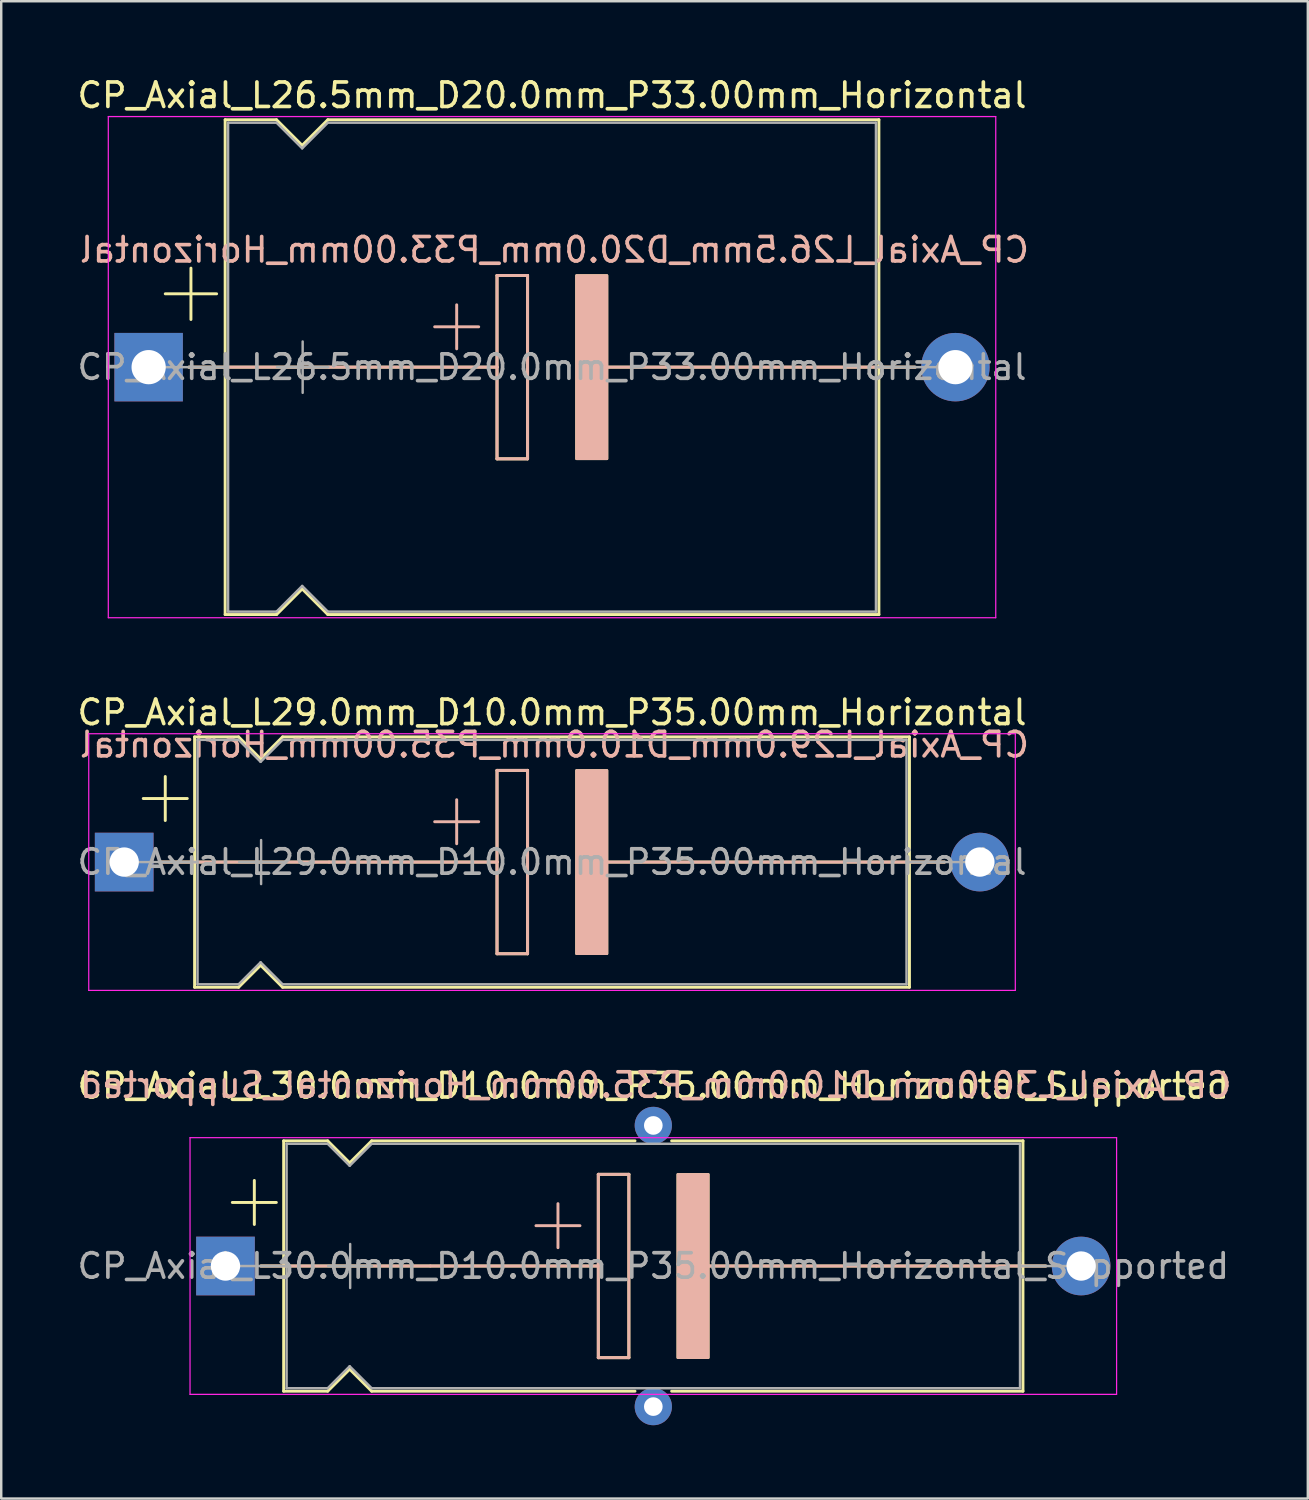
<source format=kicad_pcb>
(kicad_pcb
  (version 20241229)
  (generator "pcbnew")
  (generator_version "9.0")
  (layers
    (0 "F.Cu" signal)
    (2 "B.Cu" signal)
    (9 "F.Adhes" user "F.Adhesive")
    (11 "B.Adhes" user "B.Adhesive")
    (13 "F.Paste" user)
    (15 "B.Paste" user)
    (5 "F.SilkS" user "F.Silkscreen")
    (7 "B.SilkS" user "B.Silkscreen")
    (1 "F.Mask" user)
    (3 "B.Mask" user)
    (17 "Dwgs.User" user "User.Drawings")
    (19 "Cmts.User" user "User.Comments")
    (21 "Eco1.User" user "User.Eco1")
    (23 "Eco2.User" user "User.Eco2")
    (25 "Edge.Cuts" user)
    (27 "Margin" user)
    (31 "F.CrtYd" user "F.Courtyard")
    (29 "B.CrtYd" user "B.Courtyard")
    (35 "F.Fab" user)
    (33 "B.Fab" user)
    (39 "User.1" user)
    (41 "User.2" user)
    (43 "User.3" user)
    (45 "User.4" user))
  (footprint "CP_Axial_L29.0mm_D10.0mm_P35.00mm_Horizontal"
    (layer "F.Cu")
    (at 2.03 32.212)
    (property "Reference" "CP_Axial_L29.0mm_D10.0mm_P35.00mm_Horizontal" (at 17.5 -6.12 0) (layer "F.SilkS") (effects (font (size 1 1) (thickness 0.15))))
    (fp_line (start 0.78 -2.6) (end 2.58 -2.6) (stroke (width 0.12) (type solid)) (layer "F.SilkS"))
    (fp_line (start 1.44 0) (end 2.88 0) (stroke (width 0.12) (type solid)) (layer "F.SilkS"))
    (fp_line (start 1.68 -3.5) (end 1.68 -1.7) (stroke (width 0.12) (type solid)) (layer "F.SilkS"))
    (fp_line (start 2.88 -5.12) (end 2.88 5.12) (stroke (width 0.12) (type solid)) (layer "F.SilkS"))
    (fp_line (start 2.88 -5.12) (end 4.68 -5.12) (stroke (width 0.12) (type solid)) (layer "F.SilkS"))
    (fp_line (start 2.88 0) (end 15.25 0) (stroke (width 0.12) (type solid)) (layer "F.SilkS"))
    (fp_line (start 2.88 5.12) (end 4.68 5.12) (stroke (width 0.12) (type solid)) (layer "F.SilkS"))
    (fp_line (start 4.68 -5.12) (end 5.58 -4.22) (stroke (width 0.12) (type solid)) (layer "F.SilkS"))
    (fp_line (start 4.68 5.12) (end 5.58 4.22) (stroke (width 0.12) (type solid)) (layer "F.SilkS"))
    (fp_line (start 5.58 -4.22) (end 6.48 -5.12) (stroke (width 0.12) (type solid)) (layer "F.SilkS"))
    (fp_line (start 5.58 4.22) (end 6.48 5.12) (stroke (width 0.12) (type solid)) (layer "F.SilkS"))
    (fp_line (start 6.48 -5.12) (end 32.12 -5.12) (stroke (width 0.12) (type solid)) (layer "F.SilkS"))
    (fp_line (start 6.48 5.12) (end 32.12 5.12) (stroke (width 0.12) (type solid)) (layer "F.SilkS"))
    (fp_line (start 15.25 -3.75) (end 16.5 -3.75) (stroke (width 0.12) (type solid)) (layer "F.SilkS"))
    (fp_line (start 15.25 0) (end 15.25 -3.75) (stroke (width 0.12) (type solid)) (layer "F.SilkS"))
    (fp_line (start 15.25 3.75) (end 15.25 0) (stroke (width 0.12) (type solid)) (layer "F.SilkS"))
    (fp_line (start 16.5 -3.75) (end 16.5 3.75) (stroke (width 0.12) (type solid)) (layer "F.SilkS"))
    (fp_line (start 16.5 3.75) (end 15.25 3.75) (stroke (width 0.12) (type solid)) (layer "F.SilkS"))
    (fp_line (start 19.75 0) (end 32.12 0) (stroke (width 0.12) (type solid)) (layer "F.SilkS"))
    (fp_line (start 32.12 -5.12) (end 32.12 5.12) (stroke (width 0.12) (type solid)) (layer "F.SilkS"))
    (fp_line (start 33.56 0) (end 32.12 0) (stroke (width 0.12) (type solid)) (layer "F.SilkS"))
    (fp_poly (pts (xy 19.75 3.75) (xy 18.5 3.75) (xy 18.5 -3.75) (xy 19.75 -3.75)) (stroke (width 0.1) (type solid)) (fill yes) (layer "F.SilkS"))
    (fp_line (start 1.45 0) (end 8.38 0) (stroke (width 0.12) (type solid)) (layer "B.SilkS"))
    (fp_line (start 8.38 0) (end 15.25 0) (stroke (width 0.12) (type solid)) (layer "B.SilkS"))
    (fp_line (start 13.6 -2.55) (end 13.6 -0.75) (stroke (width 0.12) (type solid)) (layer "B.SilkS"))
    (fp_line (start 14.5 -1.65) (end 12.7 -1.65) (stroke (width 0.12) (type solid)) (layer "B.SilkS"))
    (fp_line (start 15.25 -3.75) (end 16.5 -3.75) (stroke (width 0.12) (type solid)) (layer "B.SilkS"))
    (fp_line (start 15.25 0) (end 15.25 -3.75) (stroke (width 0.12) (type solid)) (layer "B.SilkS"))
    (fp_line (start 15.25 3.75) (end 15.25 0) (stroke (width 0.12) (type solid)) (layer "B.SilkS"))
    (fp_line (start 16.5 -3.75) (end 16.5 3.75) (stroke (width 0.12) (type solid)) (layer "B.SilkS"))
    (fp_line (start 16.5 3.75) (end 15.25 3.75) (stroke (width 0.12) (type solid)) (layer "B.SilkS"))
    (fp_line (start 19.75 0) (end 26.62 0) (stroke (width 0.12) (type solid)) (layer "B.SilkS"))
    (fp_line (start 33.55 0) (end 26.62 0) (stroke (width 0.12) (type solid)) (layer "B.SilkS"))
    (fp_poly (pts (xy 19.75 3.75) (xy 18.5 3.75) (xy 18.5 -3.75) (xy 19.75 -3.75)) (stroke (width 0.1) (type solid)) (fill yes) (layer "B.SilkS"))
    (fp_line (start -1.45 -5.25) (end -1.45 5.25) (stroke (width 0.05) (type solid)) (layer "F.CrtYd"))
    (fp_line (start -1.45 5.25) (end 36.45 5.25) (stroke (width 0.05) (type solid)) (layer "F.CrtYd"))
    (fp_line (start 36.45 -5.25) (end -1.45 -5.25) (stroke (width 0.05) (type solid)) (layer "F.CrtYd"))
    (fp_line (start 36.45 5.25) (end 36.45 -5.25) (stroke (width 0.05) (type solid)) (layer "F.CrtYd"))
    (fp_line (start 0 0) (end 3 0) (stroke (width 0.1) (type solid)) (layer "F.Fab"))
    (fp_line (start 3 -5) (end 3 5) (stroke (width 0.1) (type solid)) (layer "F.Fab"))
    (fp_line (start 3 -5) (end 4.68 -5) (stroke (width 0.1) (type solid)) (layer "F.Fab"))
    (fp_line (start 3 5) (end 4.68 5) (stroke (width 0.1) (type solid)) (layer "F.Fab"))
    (fp_line (start 4.68 -5) (end 5.58 -4.1) (stroke (width 0.1) (type solid)) (layer "F.Fab"))
    (fp_line (start 4.68 5) (end 5.58 4.1) (stroke (width 0.1) (type solid)) (layer "F.Fab"))
    (fp_line (start 4.7 0) (end 6.5 0) (stroke (width 0.1) (type solid)) (layer "F.Fab"))
    (fp_line (start 5.58 -4.1) (end 6.48 -5) (stroke (width 0.1) (type solid)) (layer "F.Fab"))
    (fp_line (start 5.58 4.1) (end 6.48 5) (stroke (width 0.1) (type solid)) (layer "F.Fab"))
    (fp_line (start 5.6 -0.9) (end 5.6 0.9) (stroke (width 0.1) (type solid)) (layer "F.Fab"))
    (fp_line (start 6.48 -5) (end 32 -5) (stroke (width 0.1) (type solid)) (layer "F.Fab"))
    (fp_line (start 6.48 5) (end 32 5) (stroke (width 0.1) (type solid)) (layer "F.Fab"))
    (fp_line (start 32 -5) (end 32 5) (stroke (width 0.1) (type solid)) (layer "F.Fab"))
    (fp_line (start 35 0) (end 32 0) (stroke (width 0.1) (type solid)) (layer "F.Fab"))
    (fp_text user "${REFERENCE}" (at 17.6 -4.8 0) (layer "B.SilkS") (effects (font (size 1 1) (thickness 0.15)) (justify mirror)))
    (fp_text user "${REFERENCE}" (at 17.5 0 0) (layer "F.Fab") (effects (font (size 1 1) (thickness 0.15))))
    (pad "1" thru_hole rect (at 0 0) (size 2.4 2.4) (drill 1.2) (layers "*.Cu" "*.Mask"))
    (pad "2" thru_hole oval (at 35 0) (size 2.4 2.4) (drill 1.2) (layers "*.Cu" "*.Mask")))
  (footprint "CP_Axial_L26.5mm_D20.0mm_P33.00mm_Horizontal"
    (layer "F.Cu")
    (at 3.03 11.968)
    (property "Reference" "CP_Axial_L26.5mm_D20.0mm_P33.00mm_Horizontal" (at 16.5 -11.12 0) (layer "F.SilkS") (effects (font (size 1 1) (thickness 0.15))))
    (fp_line (start 0.68 -3) (end 2.78 -3) (stroke (width 0.12) (type solid)) (layer "F.SilkS"))
    (fp_line (start 1.64 0) (end 3.13 0) (stroke (width 0.12) (type solid)) (layer "F.SilkS"))
    (fp_line (start 1.73 -4.05) (end 1.73 -1.95) (stroke (width 0.12) (type solid)) (layer "F.SilkS"))
    (fp_line (start 3.13 -10.12) (end 3.13 10.12) (stroke (width 0.12) (type solid)) (layer "F.SilkS"))
    (fp_line (start 3.13 -10.12) (end 5.23 -10.12) (stroke (width 0.12) (type solid)) (layer "F.SilkS"))
    (fp_line (start 3.13 0) (end 14.25 0) (stroke (width 0.12) (type solid)) (layer "F.SilkS"))
    (fp_line (start 3.13 10.12) (end 5.23 10.12) (stroke (width 0.12) (type solid)) (layer "F.SilkS"))
    (fp_line (start 5.23 -10.12) (end 6.28 -9.07) (stroke (width 0.12) (type solid)) (layer "F.SilkS"))
    (fp_line (start 5.23 10.12) (end 6.28 9.07) (stroke (width 0.12) (type solid)) (layer "F.SilkS"))
    (fp_line (start 6.28 -9.07) (end 7.33 -10.12) (stroke (width 0.12) (type solid)) (layer "F.SilkS"))
    (fp_line (start 6.28 9.07) (end 7.33 10.12) (stroke (width 0.12) (type solid)) (layer "F.SilkS"))
    (fp_line (start 7.33 -10.12) (end 29.87 -10.12) (stroke (width 0.12) (type solid)) (layer "F.SilkS"))
    (fp_line (start 7.33 10.12) (end 29.87 10.12) (stroke (width 0.12) (type solid)) (layer "F.SilkS"))
    (fp_line (start 14.25 -3.75) (end 15.5 -3.75) (stroke (width 0.12) (type solid)) (layer "F.SilkS"))
    (fp_line (start 14.25 0) (end 14.25 -3.75) (stroke (width 0.12) (type solid)) (layer "F.SilkS"))
    (fp_line (start 14.25 3.75) (end 14.25 0) (stroke (width 0.12) (type solid)) (layer "F.SilkS"))
    (fp_line (start 15.5 -3.75) (end 15.5 3.75) (stroke (width 0.12) (type solid)) (layer "F.SilkS"))
    (fp_line (start 15.5 3.75) (end 14.25 3.75) (stroke (width 0.12) (type solid)) (layer "F.SilkS"))
    (fp_line (start 18.75 0) (end 29.87 0) (stroke (width 0.12) (type solid)) (layer "F.SilkS"))
    (fp_line (start 29.87 -10.12) (end 29.87 10.12) (stroke (width 0.12) (type solid)) (layer "F.SilkS"))
    (fp_line (start 31.36 0) (end 29.87 0) (stroke (width 0.12) (type solid)) (layer "F.SilkS"))
    (fp_poly (pts (xy 18.75 3.75) (xy 17.5 3.75) (xy 17.5 -3.75) (xy 18.75 -3.75)) (stroke (width 0.1) (type solid)) (fill yes) (layer "F.SilkS"))
    (fp_line (start 1.65 0) (end 7.38 0) (stroke (width 0.12) (type solid)) (layer "B.SilkS"))
    (fp_line (start 7.38 0) (end 14.25 0) (stroke (width 0.12) (type solid)) (layer "B.SilkS"))
    (fp_line (start 12.6 -2.55) (end 12.6 -0.75) (stroke (width 0.12) (type solid)) (layer "B.SilkS"))
    (fp_line (start 13.5 -1.65) (end 11.7 -1.65) (stroke (width 0.12) (type solid)) (layer "B.SilkS"))
    (fp_line (start 14.25 -3.75) (end 15.5 -3.75) (stroke (width 0.12) (type solid)) (layer "B.SilkS"))
    (fp_line (start 14.25 0) (end 14.25 -3.75) (stroke (width 0.12) (type solid)) (layer "B.SilkS"))
    (fp_line (start 14.25 3.75) (end 14.25 0) (stroke (width 0.12) (type solid)) (layer "B.SilkS"))
    (fp_line (start 15.5 -3.75) (end 15.5 3.75) (stroke (width 0.12) (type solid)) (layer "B.SilkS"))
    (fp_line (start 15.5 3.75) (end 14.25 3.75) (stroke (width 0.12) (type solid)) (layer "B.SilkS"))
    (fp_line (start 18.75 0) (end 25.62 0) (stroke (width 0.12) (type solid)) (layer "B.SilkS"))
    (fp_line (start 31.35 0) (end 25.62 0) (stroke (width 0.12) (type solid)) (layer "B.SilkS"))
    (fp_poly (pts (xy 18.75 3.75) (xy 17.5 3.75) (xy 17.5 -3.75) (xy 18.75 -3.75)) (stroke (width 0.1) (type solid)) (fill yes) (layer "B.SilkS"))
    (fp_line (start -1.65 -10.25) (end -1.65 10.25) (stroke (width 0.05) (type solid)) (layer "F.CrtYd"))
    (fp_line (start -1.65 10.25) (end 34.65 10.25) (stroke (width 0.05) (type solid)) (layer "F.CrtYd"))
    (fp_line (start 34.65 -10.25) (end -1.65 -10.25) (stroke (width 0.05) (type solid)) (layer "F.CrtYd"))
    (fp_line (start 34.65 10.25) (end 34.65 -10.25) (stroke (width 0.05) (type solid)) (layer "F.CrtYd"))
    (fp_line (start 0 0) (end 3.25 0) (stroke (width 0.1) (type solid)) (layer "F.Fab"))
    (fp_line (start 3.25 -10) (end 3.25 10) (stroke (width 0.1) (type solid)) (layer "F.Fab"))
    (fp_line (start 3.25 -10) (end 5.23 -10) (stroke (width 0.1) (type solid)) (layer "F.Fab"))
    (fp_line (start 3.25 10) (end 5.23 10) (stroke (width 0.1) (type solid)) (layer "F.Fab"))
    (fp_line (start 5.23 -10) (end 6.28 -8.95) (stroke (width 0.1) (type solid)) (layer "F.Fab"))
    (fp_line (start 5.23 10) (end 6.28 8.95) (stroke (width 0.1) (type solid)) (layer "F.Fab"))
    (fp_line (start 5.25 0) (end 7.35 0) (stroke (width 0.1) (type solid)) (layer "F.Fab"))
    (fp_line (start 6.28 -8.95) (end 7.33 -10) (stroke (width 0.1) (type solid)) (layer "F.Fab"))
    (fp_line (start 6.28 8.95) (end 7.33 10) (stroke (width 0.1) (type solid)) (layer "F.Fab"))
    (fp_line (start 6.3 -1.05) (end 6.3 1.05) (stroke (width 0.1) (type solid)) (layer "F.Fab"))
    (fp_line (start 7.33 -10) (end 29.75 -10) (stroke (width 0.1) (type solid)) (layer "F.Fab"))
    (fp_line (start 7.33 10) (end 29.75 10) (stroke (width 0.1) (type solid)) (layer "F.Fab"))
    (fp_line (start 29.75 -10) (end 29.75 10) (stroke (width 0.1) (type solid)) (layer "F.Fab"))
    (fp_line (start 33 0) (end 29.75 0) (stroke (width 0.1) (type solid)) (layer "F.Fab"))
    (fp_text user "${REFERENCE}" (at 16.6 -4.8 0) (layer "B.SilkS") (effects (font (size 1 1) (thickness 0.15)) (justify mirror)))
    (fp_text user "${REFERENCE}" (at 16.5 0 0) (layer "F.Fab") (effects (font (size 1 1) (thickness 0.15))))
    (pad "1" thru_hole rect (at 0 0) (size 2.8 2.8) (drill 1.4) (layers "*.Cu" "*.Mask"))
    (pad "2" thru_hole oval (at 33 0) (size 2.8 2.8) (drill 1.4) (layers "*.Cu" "*.Mask")))
  (footprint "CP_Axial_L30.0mm_D10.0mm_P35.00mm_Horizontal_Supported"
    (layer "F.Cu")
    (at 6.173 48.735)
    (property "Reference" "CP_Axial_L30.0mm_D10.0mm_P35.00mm_Horizontal_Supported" (at 17.5 -7.37 0) (layer "F.SilkS") (effects (font (size 1 1) (thickness 0.15))))
    (fp_line (start 0.28 -2.6) (end 2.08 -2.6) (stroke (width 0.12) (type solid)) (layer "F.SilkS"))
    (fp_line (start 1.18 -3.5) (end 1.18 -1.7) (stroke (width 0.12) (type solid)) (layer "F.SilkS"))
    (fp_line (start 1.44 0) (end 2.38 0) (stroke (width 0.12) (type solid)) (layer "F.SilkS"))
    (fp_line (start 2.38 -5.12) (end 2.38 5.12) (stroke (width 0.12) (type solid)) (layer "F.SilkS"))
    (fp_line (start 2.38 -5.12) (end 4.18 -5.12) (stroke (width 0.12) (type solid)) (layer "F.SilkS"))
    (fp_line (start 2.38 0) (end 15.25 0) (stroke (width 0.12) (type solid)) (layer "F.SilkS"))
    (fp_line (start 2.38 5.12) (end 4.18 5.12) (stroke (width 0.12) (type solid)) (layer "F.SilkS"))
    (fp_line (start 4.18 -5.12) (end 5.08 -4.22) (stroke (width 0.12) (type solid)) (layer "F.SilkS"))
    (fp_line (start 4.18 5.12) (end 5.08 4.22) (stroke (width 0.12) (type solid)) (layer "F.SilkS"))
    (fp_line (start 5.08 -4.22) (end 5.98 -5.12) (stroke (width 0.12) (type solid)) (layer "F.SilkS"))
    (fp_line (start 5.08 4.22) (end 5.98 5.12) (stroke (width 0.12) (type solid)) (layer "F.SilkS"))
    (fp_line (start 5.98 -5.12) (end 16.75 -5.12) (stroke (width 0.12) (type solid)) (layer "F.SilkS"))
    (fp_line (start 5.98 5.12) (end 16.75 5.12) (stroke (width 0.12) (type solid)) (layer "F.SilkS"))
    (fp_line (start 15.25 -3.75) (end 16.5 -3.75) (stroke (width 0.12) (type solid)) (layer "F.SilkS"))
    (fp_line (start 15.25 0) (end 15.25 -3.75) (stroke (width 0.12) (type solid)) (layer "F.SilkS"))
    (fp_line (start 15.25 3.75) (end 15.25 0) (stroke (width 0.12) (type solid)) (layer "F.SilkS"))
    (fp_line (start 16.5 -3.75) (end 16.5 3.75) (stroke (width 0.12) (type solid)) (layer "F.SilkS"))
    (fp_line (start 16.5 3.75) (end 15.25 3.75) (stroke (width 0.12) (type solid)) (layer "F.SilkS"))
    (fp_line (start 18.25 -5.12) (end 32.62 -5.12) (stroke (width 0.12) (type solid)) (layer "F.SilkS"))
    (fp_line (start 18.25 5.12) (end 32.62 5.12) (stroke (width 0.12) (type solid)) (layer "F.SilkS"))
    (fp_line (start 19.75 0) (end 32.62 0) (stroke (width 0.12) (type solid)) (layer "F.SilkS"))
    (fp_line (start 32.62 -5.12) (end 32.62 5.12) (stroke (width 0.12) (type solid)) (layer "F.SilkS"))
    (fp_line (start 33.56 0) (end 32.62 0) (stroke (width 0.12) (type solid)) (layer "F.SilkS"))
    (fp_poly (pts (xy 19.75 3.75) (xy 18.5 3.75) (xy 18.5 -3.75) (xy 19.75 -3.75)) (stroke (width 0.1) (type solid)) (fill yes) (layer "F.SilkS"))
    (fp_line (start 1.45 0) (end 8.38 0) (stroke (width 0.12) (type solid)) (layer "B.SilkS"))
    (fp_line (start 8.38 0) (end 15.25 0) (stroke (width 0.12) (type solid)) (layer "B.SilkS"))
    (fp_line (start 13.6 -2.55) (end 13.6 -0.75) (stroke (width 0.12) (type solid)) (layer "B.SilkS"))
    (fp_line (start 14.5 -1.65) (end 12.7 -1.65) (stroke (width 0.12) (type solid)) (layer "B.SilkS"))
    (fp_line (start 15.25 -3.75) (end 16.5 -3.75) (stroke (width 0.12) (type solid)) (layer "B.SilkS"))
    (fp_line (start 15.25 0) (end 15.25 -3.75) (stroke (width 0.12) (type solid)) (layer "B.SilkS"))
    (fp_line (start 15.25 3.75) (end 15.25 0) (stroke (width 0.12) (type solid)) (layer "B.SilkS"))
    (fp_line (start 16.5 -3.75) (end 16.5 3.75) (stroke (width 0.12) (type solid)) (layer "B.SilkS"))
    (fp_line (start 16.5 3.75) (end 15.25 3.75) (stroke (width 0.12) (type solid)) (layer "B.SilkS"))
    (fp_line (start 19.75 0) (end 26.62 0) (stroke (width 0.12) (type solid)) (layer "B.SilkS"))
    (fp_line (start 33.55 0) (end 26.62 0) (stroke (width 0.12) (type solid)) (layer "B.SilkS"))
    (fp_poly (pts (xy 19.75 3.75) (xy 18.5 3.75) (xy 18.5 -3.75) (xy 19.75 -3.75)) (stroke (width 0.1) (type solid)) (fill yes) (layer "B.SilkS"))
    (fp_line (start -1.45 -5.25) (end -1.45 5.25) (stroke (width 0.05) (type solid)) (layer "F.CrtYd"))
    (fp_line (start -1.45 5.25) (end 36.45 5.25) (stroke (width 0.05) (type solid)) (layer "F.CrtYd"))
    (fp_line (start 36.45 -5.25) (end -1.45 -5.25) (stroke (width 0.05) (type solid)) (layer "F.CrtYd"))
    (fp_line (start 36.45 5.25) (end 36.45 -5.25) (stroke (width 0.05) (type solid)) (layer "F.CrtYd"))
    (fp_line (start 0 0) (end 2.5 0) (stroke (width 0.1) (type solid)) (layer "F.Fab"))
    (fp_line (start 2.5 -5) (end 2.5 5) (stroke (width 0.1) (type solid)) (layer "F.Fab"))
    (fp_line (start 2.5 -5) (end 4.18 -5) (stroke (width 0.1) (type solid)) (layer "F.Fab"))
    (fp_line (start 2.5 5) (end 4.18 5) (stroke (width 0.1) (type solid)) (layer "F.Fab"))
    (fp_line (start 4.18 -5) (end 5.08 -4.1) (stroke (width 0.1) (type solid)) (layer "F.Fab"))
    (fp_line (start 4.18 5) (end 5.08 4.1) (stroke (width 0.1) (type solid)) (layer "F.Fab"))
    (fp_line (start 4.2 0) (end 6 0) (stroke (width 0.1) (type solid)) (layer "F.Fab"))
    (fp_line (start 5.08 -4.1) (end 5.98 -5) (stroke (width 0.1) (type solid)) (layer "F.Fab"))
    (fp_line (start 5.08 4.1) (end 5.98 5) (stroke (width 0.1) (type solid)) (layer "F.Fab"))
    (fp_line (start 5.1 -0.9) (end 5.1 0.9) (stroke (width 0.1) (type solid)) (layer "F.Fab"))
    (fp_line (start 5.98 -5) (end 32.5 -5) (stroke (width 0.1) (type solid)) (layer "F.Fab"))
    (fp_line (start 5.98 5) (end 32.5 5) (stroke (width 0.1) (type solid)) (layer "F.Fab"))
    (fp_line (start 32.5 -5) (end 32.5 5) (stroke (width 0.1) (type solid)) (layer "F.Fab"))
    (fp_line (start 35 0) (end 32.5 0) (stroke (width 0.1) (type solid)) (layer "F.Fab"))
    (fp_text user "${REFERENCE}" (at 17.6 -7.4 0) (layer "B.SilkS") (effects (font (size 1 1) (thickness 0.15)) (justify mirror)))
    (fp_text user "${REFERENCE}" (at 17.5 0 0) (layer "F.Fab") (effects (font (size 1 1) (thickness 0.15))))
    (pad "1" thru_hole rect (at 0 0) (size 2.4 2.4) (drill 1.2) (layers "*.Cu" "*.Mask"))
    (pad "2" thru_hole oval (at 35 0) (size 2.4 2.4) (drill 1.2) (layers "*.Cu" "*.Mask"))
    (pad "~" thru_hole circle (at 17.5 -5.75) (size 1.524 1.524) (drill 0.762) (layers "*.Cu" "*.Mask"))
    (pad "~" thru_hole circle (at 17.5 5.75) (size 1.524 1.524) (drill 0.762) (layers "*.Cu" "*.Mask")))
  (gr_rect
    (start -3 -3)
    (end 50.445 58.247)
    (stroke (width 0.1) (type default))
    (fill no)
    (layer "Edge.Cuts")))
</source>
